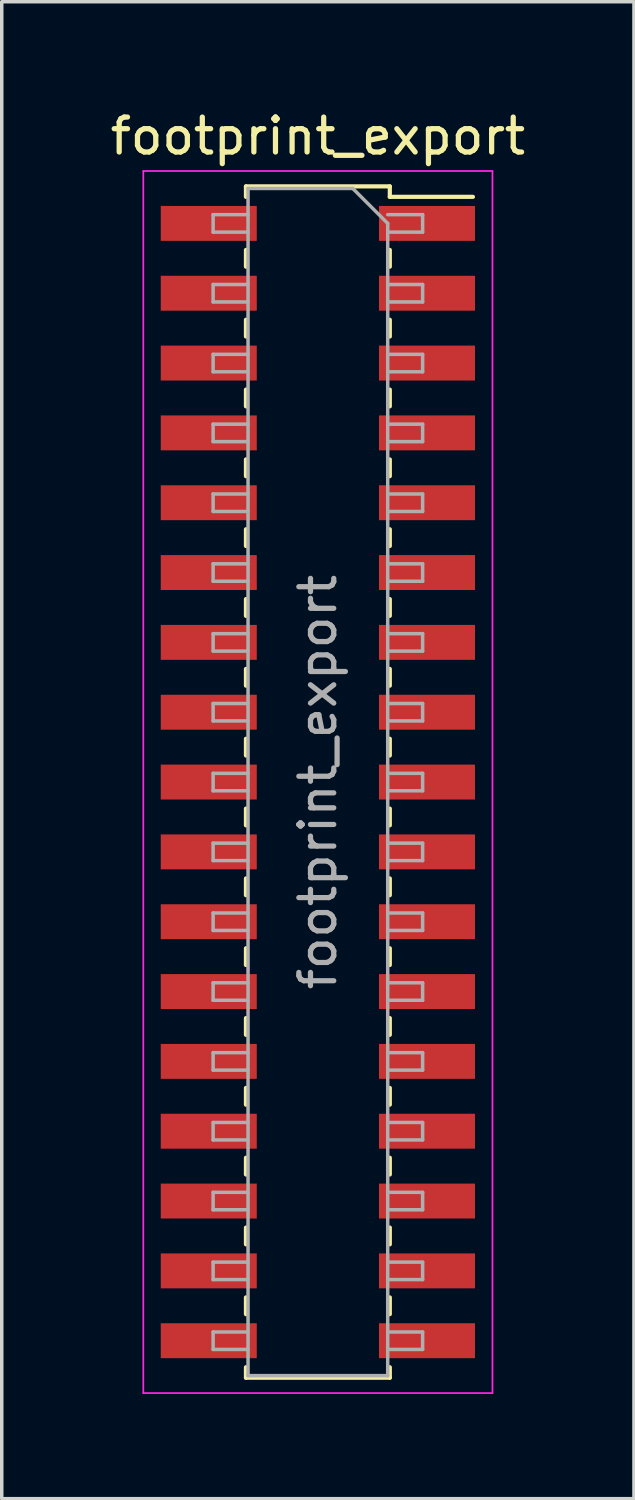
<source format=kicad_pcb>
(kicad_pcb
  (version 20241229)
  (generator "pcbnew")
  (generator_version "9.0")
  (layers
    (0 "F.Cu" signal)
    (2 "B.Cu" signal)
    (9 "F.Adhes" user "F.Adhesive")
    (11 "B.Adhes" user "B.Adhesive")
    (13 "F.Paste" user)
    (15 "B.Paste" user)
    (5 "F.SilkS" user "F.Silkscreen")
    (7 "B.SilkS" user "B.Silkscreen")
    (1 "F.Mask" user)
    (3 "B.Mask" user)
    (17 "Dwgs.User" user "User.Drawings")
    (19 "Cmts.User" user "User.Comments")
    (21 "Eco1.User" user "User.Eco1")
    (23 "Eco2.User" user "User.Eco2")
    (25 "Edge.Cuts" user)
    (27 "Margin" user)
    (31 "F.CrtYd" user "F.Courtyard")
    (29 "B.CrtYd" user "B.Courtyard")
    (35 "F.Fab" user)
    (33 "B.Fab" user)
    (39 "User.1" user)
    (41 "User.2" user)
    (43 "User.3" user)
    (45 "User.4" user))
  (footprint "footprint_export"
    (layer "F.Cu")
    (at 6.054 19.348)
    (property "Reference" "footprint_export" (at 0 -18.5 0) (layer "F.SilkS") (effects (font (size 1 1) (thickness 0.15))))
    (attr smd)
    (fp_line (start -2.06 -17.06) (end -2.06 -16.76) (stroke (width 0.12) (type solid)) (layer "F.SilkS"))
    (fp_line (start -2.06 -17.06) (end 2.06 -17.06) (stroke (width 0.12) (type solid)) (layer "F.SilkS"))
    (fp_line (start -2.06 -15.24) (end -2.06 -14.76) (stroke (width 0.12) (type solid)) (layer "F.SilkS"))
    (fp_line (start -2.06 -13.24) (end -2.06 -12.76) (stroke (width 0.12) (type solid)) (layer "F.SilkS"))
    (fp_line (start -2.06 -11.24) (end -2.06 -10.76) (stroke (width 0.12) (type solid)) (layer "F.SilkS"))
    (fp_line (start -2.06 -9.24) (end -2.06 -8.76) (stroke (width 0.12) (type solid)) (layer "F.SilkS"))
    (fp_line (start -2.06 -7.24) (end -2.06 -6.76) (stroke (width 0.12) (type solid)) (layer "F.SilkS"))
    (fp_line (start -2.06 -5.24) (end -2.06 -4.76) (stroke (width 0.12) (type solid)) (layer "F.SilkS"))
    (fp_line (start -2.06 -3.24) (end -2.06 -2.76) (stroke (width 0.12) (type solid)) (layer "F.SilkS"))
    (fp_line (start -2.06 -1.24) (end -2.06 -0.76) (stroke (width 0.12) (type solid)) (layer "F.SilkS"))
    (fp_line (start -2.06 0.76) (end -2.06 1.24) (stroke (width 0.12) (type solid)) (layer "F.SilkS"))
    (fp_line (start -2.06 2.76) (end -2.06 3.24) (stroke (width 0.12) (type solid)) (layer "F.SilkS"))
    (fp_line (start -2.06 4.76) (end -2.06 5.24) (stroke (width 0.12) (type solid)) (layer "F.SilkS"))
    (fp_line (start -2.06 6.76) (end -2.06 7.24) (stroke (width 0.12) (type solid)) (layer "F.SilkS"))
    (fp_line (start -2.06 8.76) (end -2.06 9.24) (stroke (width 0.12) (type solid)) (layer "F.SilkS"))
    (fp_line (start -2.06 10.76) (end -2.06 11.24) (stroke (width 0.12) (type solid)) (layer "F.SilkS"))
    (fp_line (start -2.06 12.76) (end -2.06 13.24) (stroke (width 0.12) (type solid)) (layer "F.SilkS"))
    (fp_line (start -2.06 14.76) (end -2.06 15.24) (stroke (width 0.12) (type solid)) (layer "F.SilkS"))
    (fp_line (start -2.06 16.76) (end -2.06 17.06) (stroke (width 0.12) (type solid)) (layer "F.SilkS"))
    (fp_line (start -2.06 17.06) (end 2.06 17.06) (stroke (width 0.12) (type solid)) (layer "F.SilkS"))
    (fp_line (start 2.06 -17.06) (end 2.06 -16.76) (stroke (width 0.12) (type solid)) (layer "F.SilkS"))
    (fp_line (start 2.06 -16.76) (end 4.44 -16.76) (stroke (width 0.12) (type solid)) (layer "F.SilkS"))
    (fp_line (start 2.06 -15.24) (end 2.06 -14.76) (stroke (width 0.12) (type solid)) (layer "F.SilkS"))
    (fp_line (start 2.06 -13.24) (end 2.06 -12.76) (stroke (width 0.12) (type solid)) (layer "F.SilkS"))
    (fp_line (start 2.06 -11.24) (end 2.06 -10.76) (stroke (width 0.12) (type solid)) (layer "F.SilkS"))
    (fp_line (start 2.06 -9.24) (end 2.06 -8.76) (stroke (width 0.12) (type solid)) (layer "F.SilkS"))
    (fp_line (start 2.06 -7.24) (end 2.06 -6.76) (stroke (width 0.12) (type solid)) (layer "F.SilkS"))
    (fp_line (start 2.06 -5.24) (end 2.06 -4.76) (stroke (width 0.12) (type solid)) (layer "F.SilkS"))
    (fp_line (start 2.06 -3.24) (end 2.06 -2.76) (stroke (width 0.12) (type solid)) (layer "F.SilkS"))
    (fp_line (start 2.06 -1.24) (end 2.06 -0.76) (stroke (width 0.12) (type solid)) (layer "F.SilkS"))
    (fp_line (start 2.06 0.76) (end 2.06 1.24) (stroke (width 0.12) (type solid)) (layer "F.SilkS"))
    (fp_line (start 2.06 2.76) (end 2.06 3.24) (stroke (width 0.12) (type solid)) (layer "F.SilkS"))
    (fp_line (start 2.06 4.76) (end 2.06 5.24) (stroke (width 0.12) (type solid)) (layer "F.SilkS"))
    (fp_line (start 2.06 6.76) (end 2.06 7.24) (stroke (width 0.12) (type solid)) (layer "F.SilkS"))
    (fp_line (start 2.06 8.76) (end 2.06 9.24) (stroke (width 0.12) (type solid)) (layer "F.SilkS"))
    (fp_line (start 2.06 10.76) (end 2.06 11.24) (stroke (width 0.12) (type solid)) (layer "F.SilkS"))
    (fp_line (start 2.06 12.76) (end 2.06 13.24) (stroke (width 0.12) (type solid)) (layer "F.SilkS"))
    (fp_line (start 2.06 14.76) (end 2.06 15.24) (stroke (width 0.12) (type solid)) (layer "F.SilkS"))
    (fp_line (start 2.06 16.76) (end 2.06 17.06) (stroke (width 0.12) (type solid)) (layer "F.SilkS"))
    (fp_line (start -5 -17.5) (end 5 -17.5) (stroke (width 0.05) (type solid)) (layer "F.CrtYd"))
    (fp_line (start -5 17.5) (end -5 -17.5) (stroke (width 0.05) (type solid)) (layer "F.CrtYd"))
    (fp_line (start 5 -17.5) (end 5 17.5) (stroke (width 0.05) (type solid)) (layer "F.CrtYd"))
    (fp_line (start 5 17.5) (end -5 17.5) (stroke (width 0.05) (type solid)) (layer "F.CrtYd"))
    (fp_line (start -3 -16.25) (end -2 -16.25) (stroke (width 0.1) (type solid)) (layer "F.Fab"))
    (fp_line (start -3 -15.75) (end -3 -16.25) (stroke (width 0.1) (type solid)) (layer "F.Fab"))
    (fp_line (start -3 -14.25) (end -2 -14.25) (stroke (width 0.1) (type solid)) (layer "F.Fab"))
    (fp_line (start -3 -13.75) (end -3 -14.25) (stroke (width 0.1) (type solid)) (layer "F.Fab"))
    (fp_line (start -3 -12.25) (end -2 -12.25) (stroke (width 0.1) (type solid)) (layer "F.Fab"))
    (fp_line (start -3 -11.75) (end -3 -12.25) (stroke (width 0.1) (type solid)) (layer "F.Fab"))
    (fp_line (start -3 -10.25) (end -2 -10.25) (stroke (width 0.1) (type solid)) (layer "F.Fab"))
    (fp_line (start -3 -9.75) (end -3 -10.25) (stroke (width 0.1) (type solid)) (layer "F.Fab"))
    (fp_line (start -3 -8.25) (end -2 -8.25) (stroke (width 0.1) (type solid)) (layer "F.Fab"))
    (fp_line (start -3 -7.75) (end -3 -8.25) (stroke (width 0.1) (type solid)) (layer "F.Fab"))
    (fp_line (start -3 -6.25) (end -2 -6.25) (stroke (width 0.1) (type solid)) (layer "F.Fab"))
    (fp_line (start -3 -5.75) (end -3 -6.25) (stroke (width 0.1) (type solid)) (layer "F.Fab"))
    (fp_line (start -3 -4.25) (end -2 -4.25) (stroke (width 0.1) (type solid)) (layer "F.Fab"))
    (fp_line (start -3 -3.75) (end -3 -4.25) (stroke (width 0.1) (type solid)) (layer "F.Fab"))
    (fp_line (start -3 -2.25) (end -2 -2.25) (stroke (width 0.1) (type solid)) (layer "F.Fab"))
    (fp_line (start -3 -1.75) (end -3 -2.25) (stroke (width 0.1) (type solid)) (layer "F.Fab"))
    (fp_line (start -3 -0.25) (end -2 -0.25) (stroke (width 0.1) (type solid)) (layer "F.Fab"))
    (fp_line (start -3 0.25) (end -3 -0.25) (stroke (width 0.1) (type solid)) (layer "F.Fab"))
    (fp_line (start -3 1.75) (end -2 1.75) (stroke (width 0.1) (type solid)) (layer "F.Fab"))
    (fp_line (start -3 2.25) (end -3 1.75) (stroke (width 0.1) (type solid)) (layer "F.Fab"))
    (fp_line (start -3 3.75) (end -2 3.75) (stroke (width 0.1) (type solid)) (layer "F.Fab"))
    (fp_line (start -3 4.25) (end -3 3.75) (stroke (width 0.1) (type solid)) (layer "F.Fab"))
    (fp_line (start -3 5.75) (end -2 5.75) (stroke (width 0.1) (type solid)) (layer "F.Fab"))
    (fp_line (start -3 6.25) (end -3 5.75) (stroke (width 0.1) (type solid)) (layer "F.Fab"))
    (fp_line (start -3 7.75) (end -2 7.75) (stroke (width 0.1) (type solid)) (layer "F.Fab"))
    (fp_line (start -3 8.25) (end -3 7.75) (stroke (width 0.1) (type solid)) (layer "F.Fab"))
    (fp_line (start -3 9.75) (end -2 9.75) (stroke (width 0.1) (type solid)) (layer "F.Fab"))
    (fp_line (start -3 10.25) (end -3 9.75) (stroke (width 0.1) (type solid)) (layer "F.Fab"))
    (fp_line (start -3 11.75) (end -2 11.75) (stroke (width 0.1) (type solid)) (layer "F.Fab"))
    (fp_line (start -3 12.25) (end -3 11.75) (stroke (width 0.1) (type solid)) (layer "F.Fab"))
    (fp_line (start -3 13.75) (end -2 13.75) (stroke (width 0.1) (type solid)) (layer "F.Fab"))
    (fp_line (start -3 14.25) (end -3 13.75) (stroke (width 0.1) (type solid)) (layer "F.Fab"))
    (fp_line (start -3 15.75) (end -2 15.75) (stroke (width 0.1) (type solid)) (layer "F.Fab"))
    (fp_line (start -3 16.25) (end -3 15.75) (stroke (width 0.1) (type solid)) (layer "F.Fab"))
    (fp_line (start -2 -17) (end 1 -17) (stroke (width 0.1) (type solid)) (layer "F.Fab"))
    (fp_line (start -2 -15.75) (end -3 -15.75) (stroke (width 0.1) (type solid)) (layer "F.Fab"))
    (fp_line (start -2 -13.75) (end -3 -13.75) (stroke (width 0.1) (type solid)) (layer "F.Fab"))
    (fp_line (start -2 -11.75) (end -3 -11.75) (stroke (width 0.1) (type solid)) (layer "F.Fab"))
    (fp_line (start -2 -9.75) (end -3 -9.75) (stroke (width 0.1) (type solid)) (layer "F.Fab"))
    (fp_line (start -2 -7.75) (end -3 -7.75) (stroke (width 0.1) (type solid)) (layer "F.Fab"))
    (fp_line (start -2 -5.75) (end -3 -5.75) (stroke (width 0.1) (type solid)) (layer "F.Fab"))
    (fp_line (start -2 -3.75) (end -3 -3.75) (stroke (width 0.1) (type solid)) (layer "F.Fab"))
    (fp_line (start -2 -1.75) (end -3 -1.75) (stroke (width 0.1) (type solid)) (layer "F.Fab"))
    (fp_line (start -2 0.25) (end -3 0.25) (stroke (width 0.1) (type solid)) (layer "F.Fab"))
    (fp_line (start -2 2.25) (end -3 2.25) (stroke (width 0.1) (type solid)) (layer "F.Fab"))
    (fp_line (start -2 4.25) (end -3 4.25) (stroke (width 0.1) (type solid)) (layer "F.Fab"))
    (fp_line (start -2 6.25) (end -3 6.25) (stroke (width 0.1) (type solid)) (layer "F.Fab"))
    (fp_line (start -2 8.25) (end -3 8.25) (stroke (width 0.1) (type solid)) (layer "F.Fab"))
    (fp_line (start -2 10.25) (end -3 10.25) (stroke (width 0.1) (type solid)) (layer "F.Fab"))
    (fp_line (start -2 12.25) (end -3 12.25) (stroke (width 0.1) (type solid)) (layer "F.Fab"))
    (fp_line (start -2 14.25) (end -3 14.25) (stroke (width 0.1) (type solid)) (layer "F.Fab"))
    (fp_line (start -2 16.25) (end -3 16.25) (stroke (width 0.1) (type solid)) (layer "F.Fab"))
    (fp_line (start -2 17) (end -2 -17) (stroke (width 0.1) (type solid)) (layer "F.Fab"))
    (fp_line (start 1 -17) (end 2 -16) (stroke (width 0.1) (type solid)) (layer "F.Fab"))
    (fp_line (start 2 -16.25) (end 3 -16.25) (stroke (width 0.1) (type solid)) (layer "F.Fab"))
    (fp_line (start 2 -16) (end 2 17) (stroke (width 0.1) (type solid)) (layer "F.Fab"))
    (fp_line (start 2 -14.25) (end 3 -14.25) (stroke (width 0.1) (type solid)) (layer "F.Fab"))
    (fp_line (start 2 -12.25) (end 3 -12.25) (stroke (width 0.1) (type solid)) (layer "F.Fab"))
    (fp_line (start 2 -10.25) (end 3 -10.25) (stroke (width 0.1) (type solid)) (layer "F.Fab"))
    (fp_line (start 2 -8.25) (end 3 -8.25) (stroke (width 0.1) (type solid)) (layer "F.Fab"))
    (fp_line (start 2 -6.25) (end 3 -6.25) (stroke (width 0.1) (type solid)) (layer "F.Fab"))
    (fp_line (start 2 -4.25) (end 3 -4.25) (stroke (width 0.1) (type solid)) (layer "F.Fab"))
    (fp_line (start 2 -2.25) (end 3 -2.25) (stroke (width 0.1) (type solid)) (layer "F.Fab"))
    (fp_line (start 2 -0.25) (end 3 -0.25) (stroke (width 0.1) (type solid)) (layer "F.Fab"))
    (fp_line (start 2 1.75) (end 3 1.75) (stroke (width 0.1) (type solid)) (layer "F.Fab"))
    (fp_line (start 2 3.75) (end 3 3.75) (stroke (width 0.1) (type solid)) (layer "F.Fab"))
    (fp_line (start 2 5.75) (end 3 5.75) (stroke (width 0.1) (type solid)) (layer "F.Fab"))
    (fp_line (start 2 7.75) (end 3 7.75) (stroke (width 0.1) (type solid)) (layer "F.Fab"))
    (fp_line (start 2 9.75) (end 3 9.75) (stroke (width 0.1) (type solid)) (layer "F.Fab"))
    (fp_line (start 2 11.75) (end 3 11.75) (stroke (width 0.1) (type solid)) (layer "F.Fab"))
    (fp_line (start 2 13.75) (end 3 13.75) (stroke (width 0.1) (type solid)) (layer "F.Fab"))
    (fp_line (start 2 15.75) (end 3 15.75) (stroke (width 0.1) (type solid)) (layer "F.Fab"))
    (fp_line (start 2 17) (end -2 17) (stroke (width 0.1) (type solid)) (layer "F.Fab"))
    (fp_line (start 3 -16.25) (end 3 -15.75) (stroke (width 0.1) (type solid)) (layer "F.Fab"))
    (fp_line (start 3 -15.75) (end 2 -15.75) (stroke (width 0.1) (type solid)) (layer "F.Fab"))
    (fp_line (start 3 -14.25) (end 3 -13.75) (stroke (width 0.1) (type solid)) (layer "F.Fab"))
    (fp_line (start 3 -13.75) (end 2 -13.75) (stroke (width 0.1) (type solid)) (layer "F.Fab"))
    (fp_line (start 3 -12.25) (end 3 -11.75) (stroke (width 0.1) (type solid)) (layer "F.Fab"))
    (fp_line (start 3 -11.75) (end 2 -11.75) (stroke (width 0.1) (type solid)) (layer "F.Fab"))
    (fp_line (start 3 -10.25) (end 3 -9.75) (stroke (width 0.1) (type solid)) (layer "F.Fab"))
    (fp_line (start 3 -9.75) (end 2 -9.75) (stroke (width 0.1) (type solid)) (layer "F.Fab"))
    (fp_line (start 3 -8.25) (end 3 -7.75) (stroke (width 0.1) (type solid)) (layer "F.Fab"))
    (fp_line (start 3 -7.75) (end 2 -7.75) (stroke (width 0.1) (type solid)) (layer "F.Fab"))
    (fp_line (start 3 -6.25) (end 3 -5.75) (stroke (width 0.1) (type solid)) (layer "F.Fab"))
    (fp_line (start 3 -5.75) (end 2 -5.75) (stroke (width 0.1) (type solid)) (layer "F.Fab"))
    (fp_line (start 3 -4.25) (end 3 -3.75) (stroke (width 0.1) (type solid)) (layer "F.Fab"))
    (fp_line (start 3 -3.75) (end 2 -3.75) (stroke (width 0.1) (type solid)) (layer "F.Fab"))
    (fp_line (start 3 -2.25) (end 3 -1.75) (stroke (width 0.1) (type solid)) (layer "F.Fab"))
    (fp_line (start 3 -1.75) (end 2 -1.75) (stroke (width 0.1) (type solid)) (layer "F.Fab"))
    (fp_line (start 3 -0.25) (end 3 0.25) (stroke (width 0.1) (type solid)) (layer "F.Fab"))
    (fp_line (start 3 0.25) (end 2 0.25) (stroke (width 0.1) (type solid)) (layer "F.Fab"))
    (fp_line (start 3 1.75) (end 3 2.25) (stroke (width 0.1) (type solid)) (layer "F.Fab"))
    (fp_line (start 3 2.25) (end 2 2.25) (stroke (width 0.1) (type solid)) (layer "F.Fab"))
    (fp_line (start 3 3.75) (end 3 4.25) (stroke (width 0.1) (type solid)) (layer "F.Fab"))
    (fp_line (start 3 4.25) (end 2 4.25) (stroke (width 0.1) (type solid)) (layer "F.Fab"))
    (fp_line (start 3 5.75) (end 3 6.25) (stroke (width 0.1) (type solid)) (layer "F.Fab"))
    (fp_line (start 3 6.25) (end 2 6.25) (stroke (width 0.1) (type solid)) (layer "F.Fab"))
    (fp_line (start 3 7.75) (end 3 8.25) (stroke (width 0.1) (type solid)) (layer "F.Fab"))
    (fp_line (start 3 8.25) (end 2 8.25) (stroke (width 0.1) (type solid)) (layer "F.Fab"))
    (fp_line (start 3 9.75) (end 3 10.25) (stroke (width 0.1) (type solid)) (layer "F.Fab"))
    (fp_line (start 3 10.25) (end 2 10.25) (stroke (width 0.1) (type solid)) (layer "F.Fab"))
    (fp_line (start 3 11.75) (end 3 12.25) (stroke (width 0.1) (type solid)) (layer "F.Fab"))
    (fp_line (start 3 12.25) (end 2 12.25) (stroke (width 0.1) (type solid)) (layer "F.Fab"))
    (fp_line (start 3 13.75) (end 3 14.25) (stroke (width 0.1) (type solid)) (layer "F.Fab"))
    (fp_line (start 3 14.25) (end 2 14.25) (stroke (width 0.1) (type solid)) (layer "F.Fab"))
    (fp_line (start 3 15.75) (end 3 16.25) (stroke (width 0.1) (type solid)) (layer "F.Fab"))
    (fp_line (start 3 16.25) (end 2 16.25) (stroke (width 0.1) (type solid)) (layer "F.Fab"))
    (fp_text user "${REFERENCE}" (at 0 0 90) (layer "F.Fab") (effects (font (size 1 1) (thickness 0.15))))
    (pad "1" smd rect (at 3.125 -16) (size 2.75 1) (layers "F.Cu" "F.Mask" "F.Paste"))
    (pad "2" smd rect (at -3.125 -16) (size 2.75 1) (layers "F.Cu" "F.Mask" "F.Paste"))
    (pad "3" smd rect (at 3.125 -14) (size 2.75 1) (layers "F.Cu" "F.Mask" "F.Paste"))
    (pad "4" smd rect (at -3.125 -14) (size 2.75 1) (layers "F.Cu" "F.Mask" "F.Paste"))
    (pad "5" smd rect (at 3.125 -12) (size 2.75 1) (layers "F.Cu" "F.Mask" "F.Paste"))
    (pad "6" smd rect (at -3.125 -12) (size 2.75 1) (layers "F.Cu" "F.Mask" "F.Paste"))
    (pad "7" smd rect (at 3.125 -10) (size 2.75 1) (layers "F.Cu" "F.Mask" "F.Paste"))
    (pad "8" smd rect (at -3.125 -10) (size 2.75 1) (layers "F.Cu" "F.Mask" "F.Paste"))
    (pad "9" smd rect (at 3.125 -8) (size 2.75 1) (layers "F.Cu" "F.Mask" "F.Paste"))
    (pad "10" smd rect (at -3.125 -8) (size 2.75 1) (layers "F.Cu" "F.Mask" "F.Paste"))
    (pad "11" smd rect (at 3.125 -6) (size 2.75 1) (layers "F.Cu" "F.Mask" "F.Paste"))
    (pad "12" smd rect (at -3.125 -6) (size 2.75 1) (layers "F.Cu" "F.Mask" "F.Paste"))
    (pad "13" smd rect (at 3.125 -4) (size 2.75 1) (layers "F.Cu" "F.Mask" "F.Paste"))
    (pad "14" smd rect (at -3.125 -4) (size 2.75 1) (layers "F.Cu" "F.Mask" "F.Paste"))
    (pad "15" smd rect (at 3.125 -2) (size 2.75 1) (layers "F.Cu" "F.Mask" "F.Paste"))
    (pad "16" smd rect (at -3.125 -2) (size 2.75 1) (layers "F.Cu" "F.Mask" "F.Paste"))
    (pad "17" smd rect (at 3.125 0) (size 2.75 1) (layers "F.Cu" "F.Mask" "F.Paste"))
    (pad "18" smd rect (at -3.125 0) (size 2.75 1) (layers "F.Cu" "F.Mask" "F.Paste"))
    (pad "19" smd rect (at 3.125 2) (size 2.75 1) (layers "F.Cu" "F.Mask" "F.Paste"))
    (pad "20" smd rect (at -3.125 2) (size 2.75 1) (layers "F.Cu" "F.Mask" "F.Paste"))
    (pad "21" smd rect (at 3.125 4) (size 2.75 1) (layers "F.Cu" "F.Mask" "F.Paste"))
    (pad "22" smd rect (at -3.125 4) (size 2.75 1) (layers "F.Cu" "F.Mask" "F.Paste"))
    (pad "23" smd rect (at 3.125 6) (size 2.75 1) (layers "F.Cu" "F.Mask" "F.Paste"))
    (pad "24" smd rect (at -3.125 6) (size 2.75 1) (layers "F.Cu" "F.Mask" "F.Paste"))
    (pad "25" smd rect (at 3.125 8) (size 2.75 1) (layers "F.Cu" "F.Mask" "F.Paste"))
    (pad "26" smd rect (at -3.125 8) (size 2.75 1) (layers "F.Cu" "F.Mask" "F.Paste"))
    (pad "27" smd rect (at 3.125 10) (size 2.75 1) (layers "F.Cu" "F.Mask" "F.Paste"))
    (pad "28" smd rect (at -3.125 10) (size 2.75 1) (layers "F.Cu" "F.Mask" "F.Paste"))
    (pad "29" smd rect (at 3.125 12) (size 2.75 1) (layers "F.Cu" "F.Mask" "F.Paste"))
    (pad "30" smd rect (at -3.125 12) (size 2.75 1) (layers "F.Cu" "F.Mask" "F.Paste"))
    (pad "31" smd rect (at 3.125 14) (size 2.75 1) (layers "F.Cu" "F.Mask" "F.Paste"))
    (pad "32" smd rect (at -3.125 14) (size 2.75 1) (layers "F.Cu" "F.Mask" "F.Paste"))
    (pad "33" smd rect (at 3.125 16) (size 2.75 1) (layers "F.Cu" "F.Mask" "F.Paste"))
    (pad "34" smd rect (at -3.125 16) (size 2.75 1) (layers "F.Cu" "F.Mask" "F.Paste")))
  (gr_rect
    (start -3 -3)
    (end 15.107 39.873)
    (stroke (width 0.1) (type default))
    (fill no)
    (layer "Edge.Cuts")))
</source>
